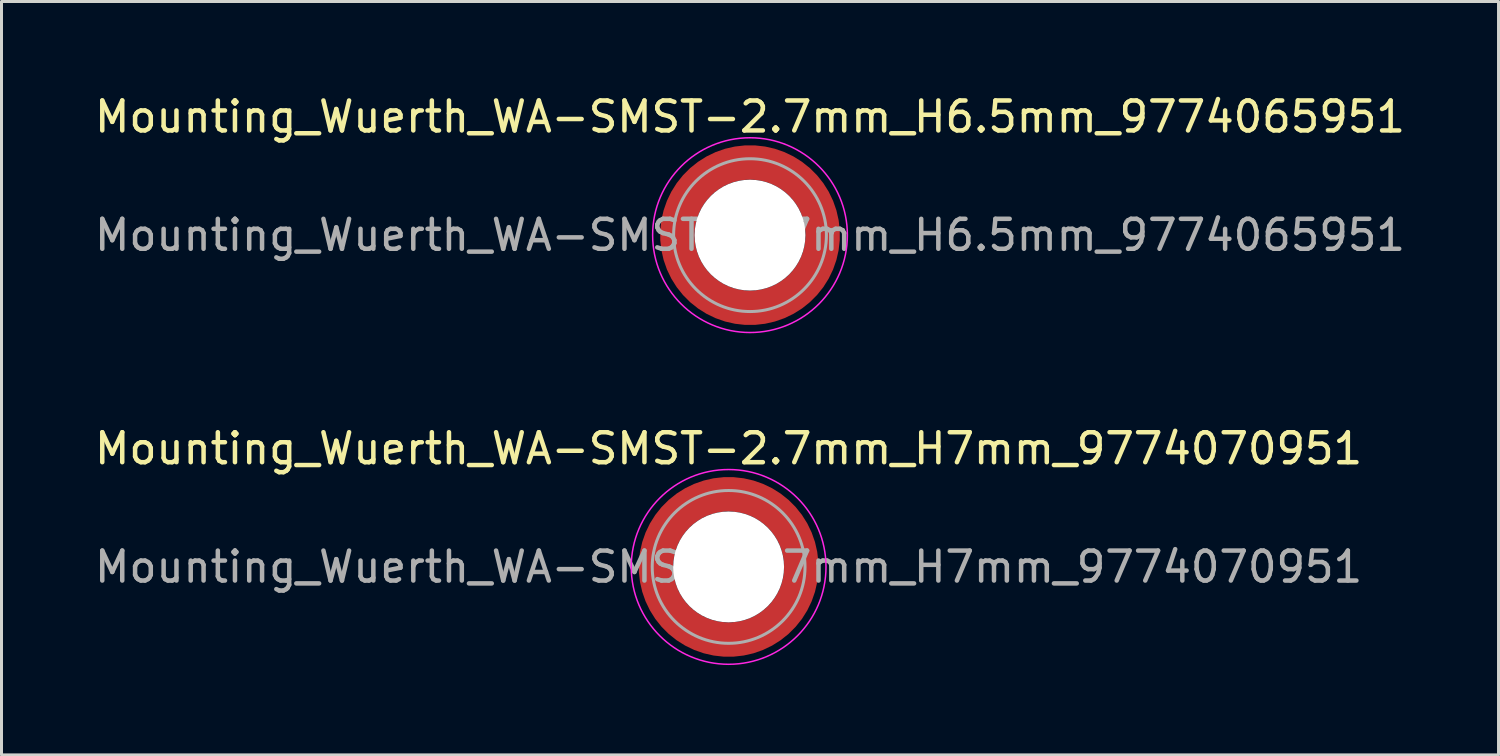
<source format=kicad_pcb>
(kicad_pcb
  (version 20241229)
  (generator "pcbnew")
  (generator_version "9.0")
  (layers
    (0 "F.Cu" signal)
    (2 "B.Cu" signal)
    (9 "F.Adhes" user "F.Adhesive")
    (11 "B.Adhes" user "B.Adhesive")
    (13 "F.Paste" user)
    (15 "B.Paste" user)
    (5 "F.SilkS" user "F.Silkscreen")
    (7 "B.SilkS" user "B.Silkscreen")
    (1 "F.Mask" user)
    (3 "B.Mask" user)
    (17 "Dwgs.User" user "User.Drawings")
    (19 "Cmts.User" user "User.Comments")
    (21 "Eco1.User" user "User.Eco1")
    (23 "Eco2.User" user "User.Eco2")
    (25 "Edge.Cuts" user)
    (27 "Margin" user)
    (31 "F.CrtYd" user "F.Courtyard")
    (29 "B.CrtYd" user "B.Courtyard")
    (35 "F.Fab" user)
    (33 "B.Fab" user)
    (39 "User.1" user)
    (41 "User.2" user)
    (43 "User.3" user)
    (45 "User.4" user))
  (footprint "Mounting_Wuerth_WA-SMST-2.7mm_H7mm_9774070951"
    (layer "F.Cu")
    (at 21.268 15.871)
    (property "Reference" "Mounting_Wuerth_WA-SMST-2.7mm_H7mm_9774070951" (at 0 -3.95 0) (layer "F.SilkS") (effects (font (size 1 1) (thickness 0.15))))
    (attr smd)
    (fp_circle (center 0 0) (end 3.25 0) (stroke (width 0.05) (type solid)) (fill no) (layer "F.CrtYd"))
    (fp_circle (center 0 0) (end 2.55 0) (stroke (width 0.1) (type solid)) (fill no) (layer "F.Fab"))
    (fp_text user "${REFERENCE}" (at 0 0 0) (layer "F.Fab") (effects (font (size 1 1) (thickness 0.15))))
    (pad "" smd custom (at -1.704 -1.704) (size 0.62 0.62) (layers "F.Paste") (options (anchor circle)) (primitives (gr_arc (start -0.250195 1.279127) (mid 0.289146 0.290681) (end 1.277006 -0.249732) (width 0.2)) (gr_arc (start -0.34334 1.279127) (mid 0.224883 0.226093) (end 1.277452 -0.342992) (width 0.2)) (gr_arc (start -0.436309 1.279127) (mid 0.160537 0.16159) (end 1.277666 -0.436018) (width 0.2)) (gr_arc (start -0.529126 1.279127) (mid 0.095932 0.097343) (end 1.277167 -0.528752) (width 0.2)) (gr_arc (start -0.621807 1.279127) (mid 0.0309 0.033527) (end 1.275473 -0.621136) (width 0.2)) (gr_arc (start -0.71437 1.279127) (mid -0.03322 -0.031206) (end 1.276322 -0.713875) (width 0.2)) (gr_arc (start -0.806826 1.279127) (mid -0.097997 -0.095278) (end 1.275336 -0.806181) (width 0.2)) (gr_arc (start -0.899187 1.279127) (mid -0.161977 -0.160149) (end 1.276577 -0.898769) (width 0.2)) (gr_arc (start -0.991463 1.279127) (mid -0.226842 -0.224133) (end 1.275343 -0.990864) (width 0.2)) (gr_arc (start -1.083663 1.279127) (mid -0.291026 -0.288801) (end 1.276016 -1.083187) (width 0.2)) (gr_line (start 1.279 -0.25) (end 1.279 -1.084) (width 0.2)) (gr_line (start -0.25 1.279) (end -1.084 1.279) (width 0.2))))
    (pad "" smd custom (at -1.704 1.704) (size 0.62 0.62) (layers "F.Paste") (options (anchor circle)) (primitives (gr_arc (start 1.279127 0.250195) (mid 0.290681 -0.289146) (end -0.249732 -1.277006) (width 0.2)) (gr_arc (start 1.279127 0.34334) (mid 0.226093 -0.224883) (end -0.342992 -1.277452) (width 0.2)) (gr_arc (start 1.279127 0.436309) (mid 0.16159 -0.160537) (end -0.436018 -1.277666) (width 0.2)) (gr_arc (start 1.279127 0.529126) (mid 0.097343 -0.095932) (end -0.528752 -1.277167) (width 0.2)) (gr_arc (start 1.279127 0.621807) (mid 0.033527 -0.0309) (end -0.621136 -1.275473) (width 0.2)) (gr_arc (start 1.279127 0.71437) (mid -0.031206 0.03322) (end -0.713875 -1.276322) (width 0.2)) (gr_arc (start 1.279127 0.806826) (mid -0.095278 0.097997) (end -0.806181 -1.275336) (width 0.2)) (gr_arc (start 1.279127 0.899187) (mid -0.160149 0.161977) (end -0.898769 -1.276577) (width 0.2)) (gr_arc (start 1.279127 0.991463) (mid -0.224133 0.226842) (end -0.990864 -1.275343) (width 0.2)) (gr_arc (start 1.279127 1.083663) (mid -0.288801 0.291026) (end -1.083187 -1.276016) (width 0.2)) (gr_line (start -0.25 -1.279) (end -1.084 -1.279) (width 0.2)) (gr_line (start 1.279 0.25) (end 1.279 1.084) (width 0.2))))
    (pad "" np_thru_hole circle (at 0 0) (size 3.7 3.7) (drill 3.7) (layers "*.Cu" "*.Mask"))
    (pad "" smd custom (at 1.704 -1.704) (size 0.62 0.62) (layers "F.Paste") (options (anchor circle)) (primitives (gr_arc (start -1.279127 -0.250195) (mid -0.290681 0.289146) (end 0.249732 1.277006) (width 0.2)) (gr_arc (start -1.279127 -0.34334) (mid -0.226093 0.224883) (end 0.342992 1.277452) (width 0.2)) (gr_arc (start -1.279127 -0.436309) (mid -0.16159 0.160537) (end 0.436018 1.277666) (width 0.2)) (gr_arc (start -1.279127 -0.529126) (mid -0.097343 0.095932) (end 0.528752 1.277167) (width 0.2)) (gr_arc (start -1.279127 -0.621807) (mid -0.033527 0.0309) (end 0.621136 1.275473) (width 0.2)) (gr_arc (start -1.279127 -0.71437) (mid 0.031206 -0.03322) (end 0.713875 1.276322) (width 0.2)) (gr_arc (start -1.279127 -0.806826) (mid 0.095278 -0.097997) (end 0.806181 1.275336) (width 0.2)) (gr_arc (start -1.279127 -0.899187) (mid 0.160149 -0.161977) (end 0.898769 1.276577) (width 0.2)) (gr_arc (start -1.279127 -0.991463) (mid 0.224133 -0.226842) (end 0.990864 1.275343) (width 0.2)) (gr_arc (start -1.279127 -1.083663) (mid 0.288801 -0.291026) (end 1.083187 1.276016) (width 0.2)) (gr_line (start 0.25 1.279) (end 1.084 1.279) (width 0.2)) (gr_line (start -1.279 -0.25) (end -1.279 -1.084) (width 0.2))))
    (pad "" smd custom (at 1.704 1.704) (size 0.62 0.62) (layers "F.Paste") (options (anchor circle)) (primitives (gr_arc (start 0.250195 -1.279127) (mid -0.289146 -0.290681) (end -1.277006 0.249732) (width 0.2)) (gr_arc (start 0.34334 -1.279127) (mid -0.224883 -0.226093) (end -1.277452 0.342992) (width 0.2)) (gr_arc (start 0.436309 -1.279127) (mid -0.160537 -0.16159) (end -1.277666 0.436018) (width 0.2)) (gr_arc (start 0.529126 -1.279127) (mid -0.095932 -0.097343) (end -1.277167 0.528752) (width 0.2)) (gr_arc (start 0.621807 -1.279127) (mid -0.0309 -0.033527) (end -1.275473 0.621136) (width 0.2)) (gr_arc (start 0.71437 -1.279127) (mid 0.03322 0.031206) (end -1.276322 0.713875) (width 0.2)) (gr_arc (start 0.806826 -1.279127) (mid 0.097997 0.095278) (end -1.275336 0.806181) (width 0.2)) (gr_arc (start 0.899187 -1.279127) (mid 0.161977 0.160149) (end -1.276577 0.898769) (width 0.2)) (gr_arc (start 0.991463 -1.279127) (mid 0.226842 0.224133) (end -1.275343 0.990864) (width 0.2)) (gr_arc (start 1.083663 -1.279127) (mid 0.291026 0.288801) (end -1.276016 1.083187) (width 0.2)) (gr_line (start -1.279 0.25) (end -1.279 1.084) (width 0.2)) (gr_line (start 0.25 -1.279) (end 1.084 -1.279) (width 0.2))))
    (pad "1" smd circle (at -2.425 0) (size 0.75 0.75) (layers "F.Cu"))
    (pad "1" smd circle (at 0 -2.425) (size 0.75 0.75) (layers "F.Cu"))
    (pad "1" smd circle (at 0 2.425) (size 0.75 0.75) (layers "F.Cu"))
    (pad "1" smd custom (at 2.425 0) (size 0.75 0.75) (layers "F.Cu" "F.Mask") (options (anchor circle)) (primitives (gr_circle (center -2.425 0) (end 0 0) (width 1.15) (fill no)))))
  (footprint "Mounting_Wuerth_WA-SMST-2.7mm_H6.5mm_9774065951"
    (layer "F.Cu")
    (at 21.982 4.798)
    (property "Reference" "Mounting_Wuerth_WA-SMST-2.7mm_H6.5mm_9774065951" (at 0 -3.95 0) (layer "F.SilkS") (effects (font (size 1 1) (thickness 0.15))))
    (attr smd)
    (fp_circle (center 0 0) (end 3.25 0) (stroke (width 0.05) (type solid)) (fill no) (layer "F.CrtYd"))
    (fp_circle (center 0 0) (end 2.55 0) (stroke (width 0.1) (type solid)) (fill no) (layer "F.Fab"))
    (fp_text user "${REFERENCE}" (at 0 0 0) (layer "F.Fab") (effects (font (size 1 1) (thickness 0.15))))
    (pad "" smd custom (at -1.704 -1.704) (size 0.62 0.62) (layers "F.Paste") (options (anchor circle)) (primitives (gr_arc (start -0.250195 1.279127) (mid 0.289146 0.290681) (end 1.277006 -0.249732) (width 0.2)) (gr_arc (start -0.34334 1.279127) (mid 0.224883 0.226093) (end 1.277452 -0.342992) (width 0.2)) (gr_arc (start -0.436309 1.279127) (mid 0.160537 0.16159) (end 1.277666 -0.436018) (width 0.2)) (gr_arc (start -0.529126 1.279127) (mid 0.095932 0.097343) (end 1.277167 -0.528752) (width 0.2)) (gr_arc (start -0.621807 1.279127) (mid 0.0309 0.033527) (end 1.275473 -0.621136) (width 0.2)) (gr_arc (start -0.71437 1.279127) (mid -0.03322 -0.031206) (end 1.276322 -0.713875) (width 0.2)) (gr_arc (start -0.806826 1.279127) (mid -0.097997 -0.095278) (end 1.275336 -0.806181) (width 0.2)) (gr_arc (start -0.899187 1.279127) (mid -0.161977 -0.160149) (end 1.276577 -0.898769) (width 0.2)) (gr_arc (start -0.991463 1.279127) (mid -0.226842 -0.224133) (end 1.275343 -0.990864) (width 0.2)) (gr_arc (start -1.083663 1.279127) (mid -0.291026 -0.288801) (end 1.276016 -1.083187) (width 0.2)) (gr_line (start 1.279 -0.25) (end 1.279 -1.084) (width 0.2)) (gr_line (start -0.25 1.279) (end -1.084 1.279) (width 0.2))))
    (pad "" smd custom (at -1.704 1.704) (size 0.62 0.62) (layers "F.Paste") (options (anchor circle)) (primitives (gr_arc (start 1.279127 0.250195) (mid 0.290681 -0.289146) (end -0.249732 -1.277006) (width 0.2)) (gr_arc (start 1.279127 0.34334) (mid 0.226093 -0.224883) (end -0.342992 -1.277452) (width 0.2)) (gr_arc (start 1.279127 0.436309) (mid 0.16159 -0.160537) (end -0.436018 -1.277666) (width 0.2)) (gr_arc (start 1.279127 0.529126) (mid 0.097343 -0.095932) (end -0.528752 -1.277167) (width 0.2)) (gr_arc (start 1.279127 0.621807) (mid 0.033527 -0.0309) (end -0.621136 -1.275473) (width 0.2)) (gr_arc (start 1.279127 0.71437) (mid -0.031206 0.03322) (end -0.713875 -1.276322) (width 0.2)) (gr_arc (start 1.279127 0.806826) (mid -0.095278 0.097997) (end -0.806181 -1.275336) (width 0.2)) (gr_arc (start 1.279127 0.899187) (mid -0.160149 0.161977) (end -0.898769 -1.276577) (width 0.2)) (gr_arc (start 1.279127 0.991463) (mid -0.224133 0.226842) (end -0.990864 -1.275343) (width 0.2)) (gr_arc (start 1.279127 1.083663) (mid -0.288801 0.291026) (end -1.083187 -1.276016) (width 0.2)) (gr_line (start -0.25 -1.279) (end -1.084 -1.279) (width 0.2)) (gr_line (start 1.279 0.25) (end 1.279 1.084) (width 0.2))))
    (pad "" np_thru_hole circle (at 0 0) (size 3.7 3.7) (drill 3.7) (layers "*.Cu" "*.Mask"))
    (pad "" smd custom (at 1.704 -1.704) (size 0.62 0.62) (layers "F.Paste") (options (anchor circle)) (primitives (gr_arc (start -1.279127 -0.250195) (mid -0.290681 0.289146) (end 0.249732 1.277006) (width 0.2)) (gr_arc (start -1.279127 -0.34334) (mid -0.226093 0.224883) (end 0.342992 1.277452) (width 0.2)) (gr_arc (start -1.279127 -0.436309) (mid -0.16159 0.160537) (end 0.436018 1.277666) (width 0.2)) (gr_arc (start -1.279127 -0.529126) (mid -0.097343 0.095932) (end 0.528752 1.277167) (width 0.2)) (gr_arc (start -1.279127 -0.621807) (mid -0.033527 0.0309) (end 0.621136 1.275473) (width 0.2)) (gr_arc (start -1.279127 -0.71437) (mid 0.031206 -0.03322) (end 0.713875 1.276322) (width 0.2)) (gr_arc (start -1.279127 -0.806826) (mid 0.095278 -0.097997) (end 0.806181 1.275336) (width 0.2)) (gr_arc (start -1.279127 -0.899187) (mid 0.160149 -0.161977) (end 0.898769 1.276577) (width 0.2)) (gr_arc (start -1.279127 -0.991463) (mid 0.224133 -0.226842) (end 0.990864 1.275343) (width 0.2)) (gr_arc (start -1.279127 -1.083663) (mid 0.288801 -0.291026) (end 1.083187 1.276016) (width 0.2)) (gr_line (start 0.25 1.279) (end 1.084 1.279) (width 0.2)) (gr_line (start -1.279 -0.25) (end -1.279 -1.084) (width 0.2))))
    (pad "" smd custom (at 1.704 1.704) (size 0.62 0.62) (layers "F.Paste") (options (anchor circle)) (primitives (gr_arc (start 0.250195 -1.279127) (mid -0.289146 -0.290681) (end -1.277006 0.249732) (width 0.2)) (gr_arc (start 0.34334 -1.279127) (mid -0.224883 -0.226093) (end -1.277452 0.342992) (width 0.2)) (gr_arc (start 0.436309 -1.279127) (mid -0.160537 -0.16159) (end -1.277666 0.436018) (width 0.2)) (gr_arc (start 0.529126 -1.279127) (mid -0.095932 -0.097343) (end -1.277167 0.528752) (width 0.2)) (gr_arc (start 0.621807 -1.279127) (mid -0.0309 -0.033527) (end -1.275473 0.621136) (width 0.2)) (gr_arc (start 0.71437 -1.279127) (mid 0.03322 0.031206) (end -1.276322 0.713875) (width 0.2)) (gr_arc (start 0.806826 -1.279127) (mid 0.097997 0.095278) (end -1.275336 0.806181) (width 0.2)) (gr_arc (start 0.899187 -1.279127) (mid 0.161977 0.160149) (end -1.276577 0.898769) (width 0.2)) (gr_arc (start 0.991463 -1.279127) (mid 0.226842 0.224133) (end -1.275343 0.990864) (width 0.2)) (gr_arc (start 1.083663 -1.279127) (mid 0.291026 0.288801) (end -1.276016 1.083187) (width 0.2)) (gr_line (start -1.279 0.25) (end -1.279 1.084) (width 0.2)) (gr_line (start 0.25 -1.279) (end 1.084 -1.279) (width 0.2))))
    (pad "1" smd circle (at -2.425 0) (size 0.75 0.75) (layers "F.Cu"))
    (pad "1" smd circle (at 0 -2.425) (size 0.75 0.75) (layers "F.Cu"))
    (pad "1" smd circle (at 0 2.425) (size 0.75 0.75) (layers "F.Cu"))
    (pad "1" smd custom (at 2.425 0) (size 0.75 0.75) (layers "F.Cu" "F.Mask") (options (anchor circle)) (primitives (gr_circle (center -2.425 0) (end 0 0) (width 1.15) (fill no)))))
  (gr_rect
    (start -3 -3)
    (end 46.964 22.146)
    (stroke (width 0.1) (type default))
    (fill no)
    (layer "Edge.Cuts")))
</source>
